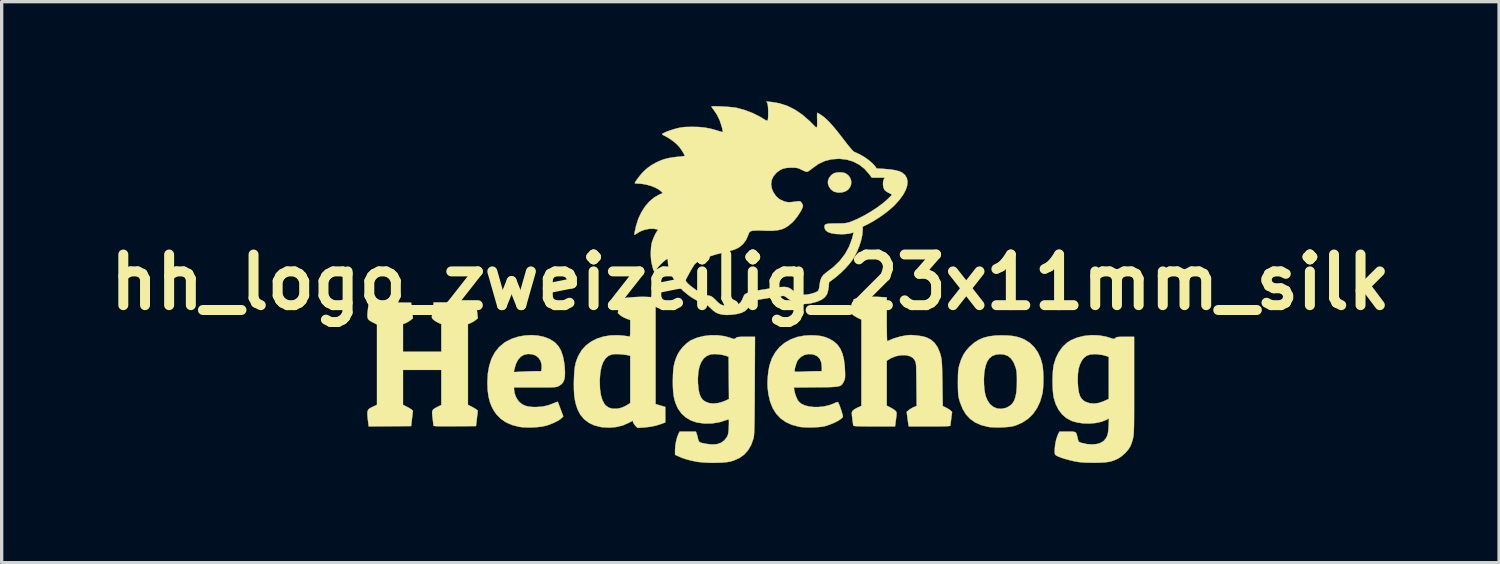
<source format=kicad_pcb>
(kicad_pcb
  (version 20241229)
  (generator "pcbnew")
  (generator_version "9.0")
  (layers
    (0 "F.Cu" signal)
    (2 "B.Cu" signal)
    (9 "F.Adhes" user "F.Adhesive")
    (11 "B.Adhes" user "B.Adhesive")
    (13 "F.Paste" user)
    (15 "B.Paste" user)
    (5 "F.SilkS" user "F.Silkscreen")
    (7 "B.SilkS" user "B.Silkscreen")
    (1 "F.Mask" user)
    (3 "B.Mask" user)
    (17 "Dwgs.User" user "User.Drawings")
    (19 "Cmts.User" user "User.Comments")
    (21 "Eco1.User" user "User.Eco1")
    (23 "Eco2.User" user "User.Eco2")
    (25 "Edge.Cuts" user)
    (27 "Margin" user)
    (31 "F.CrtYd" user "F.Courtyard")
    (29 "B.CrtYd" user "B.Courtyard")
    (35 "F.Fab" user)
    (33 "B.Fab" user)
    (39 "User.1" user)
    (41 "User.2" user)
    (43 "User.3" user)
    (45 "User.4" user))
  (footprint "hh_logo_zweizeilig_23x11mm_silk"
    (layer "F.Cu")
    (at 19.529 5.443)
    (property "Reference" "hh_logo_zweizeilig_23x11mm_silk" (at 0 0 0) (layer "F.SilkS") (effects (font (size 1.524 1.524) (thickness 0.3))))
    (attr through_hole)
    (fp_poly (pts (xy 2.765 -3.304) (xy 2.845 -3.285) (xy 2.866 -3.276) (xy 2.951 -3.213) (xy 3.007 -3.132) (xy 3.034 -3.042) (xy 3.031 -2.948) (xy 2.998 -2.86) (xy 2.937 -2.784) (xy 2.864 -2.736) (xy 2.757 -2.703) (xy 2.642 -2.698) (xy 2.534 -2.721) (xy 2.491 -2.741) (xy 2.415 -2.803) (xy 2.361 -2.886) (xy 2.334 -2.979) (xy 2.335 -3.048) (xy 2.369 -3.141) (xy 2.434 -3.223) (xy 2.508 -3.277) (xy 2.58 -3.299) (xy 2.671 -3.308) (xy 2.765 -3.304)) (stroke (width 0.01) (type solid)) (fill yes) (layer "F.SilkS"))
    (fp_poly (pts (xy 7.739 1.602) (xy 7.897 1.617) (xy 8.035 1.645) (xy 8.161 1.686) (xy 8.255 1.728) (xy 8.409 1.825) (xy 8.542 1.954) (xy 8.651 2.11) (xy 8.734 2.292) (xy 8.785 2.472) (xy 8.802 2.586) (xy 8.813 2.726) (xy 8.818 2.88) (xy 8.816 3.036) (xy 8.808 3.184) (xy 8.795 3.31) (xy 8.785 3.363) (xy 8.719 3.589) (xy 8.625 3.789) (xy 8.505 3.962) (xy 8.358 4.106) (xy 8.186 4.221) (xy 7.99 4.307) (xy 7.921 4.327) (xy 7.832 4.345) (xy 7.714 4.358) (xy 7.581 4.366) (xy 7.442 4.369) (xy 7.311 4.366) (xy 7.197 4.358) (xy 7.141 4.349) (xy 6.936 4.295) (xy 6.76 4.216) (xy 6.612 4.11) (xy 6.488 3.977) (xy 6.389 3.813) (xy 6.31 3.618) (xy 6.287 3.54) (xy 6.272 3.48) (xy 6.261 3.42) (xy 6.253 3.352) (xy 6.249 3.27) (xy 6.246 3.164) (xy 6.245 3.028) (xy 6.245 3.019) (xy 6.246 2.915) (xy 7.027 2.915) (xy 7.03 3.076) (xy 7.043 3.232) (xy 7.066 3.368) (xy 7.081 3.429) (xy 7.139 3.566) (xy 7.218 3.674) (xy 7.314 3.752) (xy 7.425 3.798) (xy 7.546 3.81) (xy 7.674 3.785) (xy 7.731 3.762) (xy 7.819 3.71) (xy 7.889 3.642) (xy 7.942 3.554) (xy 7.98 3.441) (xy 8.005 3.301) (xy 8.018 3.13) (xy 8.02 2.999) (xy 8.02 2.874) (xy 8.017 2.779) (xy 8.012 2.705) (xy 8.002 2.644) (xy 7.989 2.587) (xy 7.977 2.549) (xy 7.918 2.404) (xy 7.843 2.294) (xy 7.749 2.218) (xy 7.637 2.175) (xy 7.514 2.163) (xy 7.384 2.177) (xy 7.277 2.219) (xy 7.191 2.289) (xy 7.124 2.389) (xy 7.075 2.522) (xy 7.043 2.689) (xy 7.035 2.759) (xy 7.027 2.915) (xy 6.246 2.915) (xy 6.246 2.882) (xy 6.248 2.776) (xy 6.252 2.694) (xy 6.259 2.627) (xy 6.269 2.567) (xy 6.284 2.508) (xy 6.287 2.494) (xy 6.344 2.321) (xy 6.413 2.175) (xy 6.5 2.048) (xy 6.594 1.943) (xy 6.726 1.826) (xy 6.865 1.736) (xy 7.016 1.67) (xy 7.186 1.627) (xy 7.38 1.603) (xy 7.552 1.598) (xy 7.739 1.602)) (stroke (width 0.01) (type solid)) (fill yes) (layer "F.SilkS"))
    (fp_poly (pts (xy -10.846 0.61) (xy -10.209 0.615) (xy -10.181 0.849) (xy -10.154 1.082) (xy -10.219 1.136) (xy -10.281 1.18) (xy -10.353 1.219) (xy -10.369 1.226) (xy -10.453 1.26) (xy -10.453 2.091) (xy -9.3 2.091) (xy -9.3 1.26) (xy -9.394 1.217) (xy -9.478 1.171) (xy -9.542 1.123) (xy -9.58 1.077) (xy -9.586 1.04) (xy -9.58 1.007) (xy -9.571 0.945) (xy -9.561 0.865) (xy -9.554 0.806) (xy -9.53 0.606) (xy -8.899 0.606) (xy -8.725 0.606) (xy -8.585 0.606) (xy -8.477 0.607) (xy -8.396 0.609) (xy -8.338 0.612) (xy -8.3 0.617) (xy -8.276 0.622) (xy -8.264 0.63) (xy -8.258 0.639) (xy -8.258 0.64) (xy -8.252 0.673) (xy -8.243 0.735) (xy -8.232 0.816) (xy -8.225 0.878) (xy -8.201 1.083) (xy -8.266 1.137) (xy -8.327 1.18) (xy -8.399 1.218) (xy -8.415 1.226) (xy -8.499 1.26) (xy -8.499 2.474) (xy -8.499 3.688) (xy -8.397 3.739) (xy -8.331 3.774) (xy -8.274 3.809) (xy -8.248 3.826) (xy -8.202 3.862) (xy -8.229 4.095) (xy -8.256 4.328) (xy -8.895 4.333) (xy -9.077 4.334) (xy -9.223 4.334) (xy -9.337 4.333) (xy -9.422 4.331) (xy -9.48 4.328) (xy -9.516 4.323) (xy -9.533 4.317) (xy -9.536 4.313) (xy -9.538 4.285) (xy -9.545 4.226) (xy -9.554 4.148) (xy -9.562 4.084) (xy -9.574 3.982) (xy -9.577 3.911) (xy -9.566 3.861) (xy -9.539 3.824) (xy -9.491 3.79) (xy -9.418 3.752) (xy -9.413 3.749) (xy -9.3 3.692) (xy -9.3 2.638) (xy -10.453 2.638) (xy -10.453 3.688) (xy -10.351 3.739) (xy -10.285 3.774) (xy -10.227 3.809) (xy -10.201 3.827) (xy -10.154 3.864) (xy -10.181 4.096) (xy -10.209 4.328) (xy -10.846 4.333) (xy -11.484 4.338) (xy -11.496 4.245) (xy -11.513 4.109) (xy -11.523 4.006) (xy -11.525 3.929) (xy -11.516 3.873) (xy -11.495 3.833) (xy -11.461 3.8) (xy -11.411 3.771) (xy -11.352 3.742) (xy -11.235 3.686) (xy -11.235 1.271) (xy -11.337 1.219) (xy -11.413 1.18) (xy -11.467 1.145) (xy -11.502 1.106) (xy -11.52 1.058) (xy -11.524 0.992) (xy -11.518 0.901) (xy -11.505 0.79) (xy -11.482 0.605) (xy -10.846 0.61)) (stroke (width 0.01) (type solid)) (fill yes) (layer "F.SilkS"))
    (fp_poly (pts (xy -6.394 1.605) (xy -6.212 1.644) (xy -6.047 1.706) (xy -5.905 1.793) (xy -5.862 1.829) (xy -5.769 1.934) (xy -5.696 2.067) (xy -5.64 2.229) (xy -5.602 2.422) (xy -5.588 2.55) (xy -5.579 2.709) (xy -5.583 2.837) (xy -5.602 2.936) (xy -5.637 3.013) (xy -5.69 3.073) (xy -5.763 3.121) (xy -5.764 3.121) (xy -5.789 3.133) (xy -5.814 3.143) (xy -5.844 3.151) (xy -5.883 3.156) (xy -5.936 3.16) (xy -6.007 3.163) (xy -6.1 3.164) (xy -6.222 3.165) (xy -6.375 3.165) (xy -6.481 3.165) (xy -7.112 3.165) (xy -7.112 3.218) (xy -7.095 3.339) (xy -7.05 3.461) (xy -6.983 3.568) (xy -6.957 3.597) (xy -6.878 3.664) (xy -6.788 3.711) (xy -6.679 3.74) (xy -6.544 3.754) (xy -6.448 3.755) (xy -6.257 3.742) (xy -6.082 3.703) (xy -5.915 3.64) (xy -5.856 3.615) (xy -5.813 3.6) (xy -5.796 3.597) (xy -5.787 3.617) (xy -5.768 3.667) (xy -5.741 3.738) (xy -5.71 3.82) (xy -5.63 4.035) (xy -5.683 4.09) (xy -5.74 4.136) (xy -5.827 4.187) (xy -5.934 4.238) (xy -6.051 4.285) (xy -6.155 4.318) (xy -6.267 4.342) (xy -6.405 4.359) (xy -6.556 4.369) (xy -6.709 4.37) (xy -6.849 4.364) (xy -6.965 4.349) (xy -7.175 4.293) (xy -7.354 4.215) (xy -7.507 4.111) (xy -7.635 3.981) (xy -7.688 3.911) (xy -7.772 3.768) (xy -7.835 3.614) (xy -7.878 3.444) (xy -7.904 3.251) (xy -7.913 3.028) (xy -7.913 3.009) (xy -7.899 2.745) (xy -7.891 2.703) (xy -7.118 2.703) (xy -6.866 2.69) (xy -6.752 2.685) (xy -6.633 2.68) (xy -6.526 2.678) (xy -6.454 2.677) (xy -6.294 2.677) (xy -6.281 2.592) (xy -6.281 2.476) (xy -6.312 2.369) (xy -6.371 2.277) (xy -6.453 2.208) (xy -6.553 2.169) (xy -6.688 2.157) (xy -6.806 2.18) (xy -6.907 2.238) (xy -6.99 2.33) (xy -7.055 2.456) (xy -7.101 2.616) (xy -7.105 2.636) (xy -7.118 2.703) (xy -7.891 2.703) (xy -7.856 2.507) (xy -7.787 2.296) (xy -7.689 2.112) (xy -7.564 1.955) (xy -7.412 1.826) (xy -7.343 1.782) (xy -7.168 1.697) (xy -6.98 1.637) (xy -6.784 1.602) (xy -6.586 1.591) (xy -6.394 1.605)) (stroke (width 0.01) (type solid)) (fill yes) (layer "F.SilkS"))
    (fp_poly (pts (xy -3.121 0.441) (xy -3.102 0.442) (xy -2.853 0.455) (xy -2.853 3.665) (xy -2.706 3.709) (xy -2.56 3.752) (xy -2.56 4.218) (xy -2.671 4.259) (xy -2.85 4.316) (xy -3.037 4.352) (xy -3.208 4.37) (xy -3.398 4.382) (xy -3.458 4.319) (xy -3.498 4.269) (xy -3.525 4.221) (xy -3.529 4.21) (xy -3.54 4.164) (xy -3.662 4.231) (xy -3.839 4.308) (xy -4.035 4.356) (xy -4.244 4.375) (xy -4.457 4.363) (xy -4.507 4.355) (xy -4.697 4.306) (xy -4.862 4.228) (xy -5.001 4.122) (xy -5.114 3.988) (xy -5.198 3.827) (xy -5.207 3.804) (xy -5.249 3.675) (xy -5.279 3.544) (xy -5.299 3.402) (xy -5.309 3.241) (xy -5.311 3.054) (xy -5.31 3.009) (xy -4.533 3.009) (xy -4.524 3.219) (xy -4.497 3.398) (xy -4.453 3.546) (xy -4.392 3.66) (xy -4.349 3.711) (xy -4.257 3.774) (xy -4.144 3.806) (xy -4.015 3.806) (xy -3.897 3.781) (xy -3.821 3.753) (xy -3.74 3.713) (xy -3.707 3.694) (xy -3.615 3.635) (xy -3.615 2.212) (xy -3.659 2.201) (xy -3.749 2.184) (xy -3.855 2.171) (xy -3.964 2.163) (xy -4.065 2.162) (xy -4.144 2.168) (xy -4.162 2.171) (xy -4.268 2.213) (xy -4.357 2.289) (xy -4.428 2.4) (xy -4.481 2.544) (xy -4.516 2.72) (xy -4.532 2.929) (xy -4.533 3.009) (xy -5.31 3.009) (xy -5.309 2.95) (xy -5.303 2.784) (xy -5.294 2.649) (xy -5.279 2.537) (xy -5.259 2.438) (xy -5.23 2.346) (xy -5.192 2.251) (xy -5.164 2.192) (xy -5.069 2.034) (xy -4.943 1.898) (xy -4.79 1.785) (xy -4.614 1.696) (xy -4.419 1.634) (xy -4.207 1.599) (xy -3.982 1.594) (xy -3.864 1.603) (xy -3.778 1.613) (xy -3.706 1.623) (xy -3.657 1.631) (xy -3.643 1.635) (xy -3.631 1.633) (xy -3.623 1.616) (xy -3.618 1.576) (xy -3.615 1.509) (xy -3.615 1.409) (xy -3.615 1.392) (xy -3.615 1.138) (xy -3.731 1.094) (xy -3.807 1.06) (xy -3.88 1.018) (xy -3.917 0.99) (xy -3.987 0.928) (xy -3.958 0.726) (xy -3.946 0.641) (xy -3.934 0.572) (xy -3.924 0.527) (xy -3.92 0.514) (xy -3.885 0.498) (xy -3.818 0.482) (xy -3.725 0.468) (xy -3.614 0.456) (xy -3.491 0.447) (xy -3.363 0.441) (xy -3.238 0.438) (xy -3.121 0.441)) (stroke (width 0.01) (type solid)) (fill yes) (layer "F.SilkS"))
    (fp_poly (pts (xy 1.979 1.601) (xy 2.124 1.619) (xy 2.253 1.652) (xy 2.377 1.702) (xy 2.377 1.702) (xy 2.51 1.78) (xy 2.619 1.878) (xy 2.705 1.998) (xy 2.769 2.144) (xy 2.814 2.319) (xy 2.84 2.525) (xy 2.846 2.638) (xy 2.85 2.745) (xy 2.85 2.823) (xy 2.847 2.877) (xy 2.84 2.918) (xy 2.827 2.954) (xy 2.81 2.989) (xy 2.788 3.031) (xy 2.765 3.065) (xy 2.74 3.093) (xy 2.706 3.114) (xy 2.66 3.13) (xy 2.599 3.141) (xy 2.518 3.149) (xy 2.412 3.155) (xy 2.279 3.158) (xy 2.114 3.16) (xy 1.968 3.161) (xy 1.309 3.167) (xy 1.321 3.249) (xy 1.342 3.342) (xy 1.375 3.439) (xy 1.413 3.526) (xy 1.449 3.584) (xy 1.525 3.652) (xy 1.63 3.703) (xy 1.758 3.737) (xy 1.902 3.754) (xy 2.055 3.754) (xy 2.212 3.737) (xy 2.366 3.702) (xy 2.509 3.649) (xy 2.547 3.631) (xy 2.596 3.611) (xy 2.63 3.605) (xy 2.637 3.608) (xy 2.654 3.639) (xy 2.678 3.696) (xy 2.706 3.77) (xy 2.733 3.85) (xy 2.757 3.927) (xy 2.776 3.993) (xy 2.784 4.036) (xy 2.784 4.048) (xy 2.751 4.09) (xy 2.687 4.139) (xy 2.599 4.191) (xy 2.492 4.242) (xy 2.373 4.289) (xy 2.249 4.329) (xy 2.247 4.33) (xy 2.159 4.347) (xy 2.044 4.359) (xy 1.912 4.367) (xy 1.774 4.369) (xy 1.642 4.366) (xy 1.525 4.357) (xy 1.463 4.347) (xy 1.251 4.291) (xy 1.066 4.207) (xy 0.908 4.095) (xy 0.777 3.955) (xy 0.672 3.787) (xy 0.594 3.589) (xy 0.542 3.363) (xy 0.519 3.165) (xy 0.515 3.023) (xy 0.523 2.861) (xy 0.54 2.696) (xy 0.546 2.665) (xy 1.329 2.665) (xy 1.331 2.68) (xy 1.341 2.69) (xy 1.367 2.695) (xy 1.413 2.696) (xy 1.487 2.694) (xy 1.578 2.69) (xy 1.692 2.685) (xy 1.81 2.68) (xy 1.917 2.678) (xy 1.988 2.677) (xy 2.149 2.677) (xy 2.149 2.545) (xy 2.134 2.414) (xy 2.091 2.309) (xy 2.02 2.231) (xy 1.921 2.181) (xy 1.867 2.167) (xy 1.743 2.161) (xy 1.625 2.188) (xy 1.522 2.245) (xy 1.44 2.327) (xy 1.412 2.372) (xy 1.387 2.433) (xy 1.361 2.51) (xy 1.341 2.588) (xy 1.33 2.651) (xy 1.329 2.665) (xy 0.546 2.665) (xy 0.566 2.546) (xy 0.578 2.494) (xy 0.649 2.288) (xy 0.751 2.107) (xy 0.88 1.95) (xy 1.036 1.82) (xy 1.215 1.718) (xy 1.416 1.646) (xy 1.636 1.605) (xy 1.807 1.596) (xy 1.979 1.601)) (stroke (width 0.01) (type solid)) (fill yes) (layer "F.SilkS"))
    (fp_poly (pts (xy 3.883 0.442) (xy 4.103 0.455) (xy 4.103 1.118) (xy 4.103 1.274) (xy 4.105 1.417) (xy 4.107 1.542) (xy 4.109 1.644) (xy 4.112 1.719) (xy 4.115 1.764) (xy 4.118 1.774) (xy 4.311 1.692) (xy 4.522 1.63) (xy 4.728 1.593) (xy 4.828 1.589) (xy 4.95 1.596) (xy 5.078 1.611) (xy 5.198 1.632) (xy 5.295 1.659) (xy 5.302 1.662) (xy 5.434 1.729) (xy 5.544 1.827) (xy 5.633 1.955) (xy 5.702 2.117) (xy 5.727 2.202) (xy 5.738 2.246) (xy 5.747 2.293) (xy 5.754 2.345) (xy 5.76 2.408) (xy 5.765 2.488) (xy 5.769 2.587) (xy 5.772 2.712) (xy 5.775 2.866) (xy 5.778 3.04) (xy 5.789 3.725) (xy 5.88 3.769) (xy 5.945 3.804) (xy 6.002 3.842) (xy 6.021 3.858) (xy 6.07 3.903) (xy 6.045 4.096) (xy 6.034 4.18) (xy 6.025 4.251) (xy 6.02 4.299) (xy 6.019 4.313) (xy 6.01 4.32) (xy 5.983 4.326) (xy 5.934 4.33) (xy 5.859 4.333) (xy 5.757 4.336) (xy 5.622 4.337) (xy 5.453 4.338) (xy 5.393 4.338) (xy 4.768 4.338) (xy 4.759 4.294) (xy 4.752 4.255) (xy 4.742 4.189) (xy 4.731 4.108) (xy 4.727 4.075) (xy 4.704 3.9) (xy 4.768 3.845) (xy 4.83 3.803) (xy 4.901 3.764) (xy 4.918 3.757) (xy 5.004 3.722) (xy 4.998 3.077) (xy 4.996 2.901) (xy 4.994 2.759) (xy 4.992 2.648) (xy 4.99 2.562) (xy 4.986 2.498) (xy 4.981 2.451) (xy 4.975 2.416) (xy 4.966 2.389) (xy 4.956 2.365) (xy 4.949 2.352) (xy 4.894 2.28) (xy 4.815 2.231) (xy 4.708 2.201) (xy 4.647 2.193) (xy 4.513 2.197) (xy 4.371 2.227) (xy 4.239 2.28) (xy 4.192 2.307) (xy 4.103 2.363) (xy 4.103 3.712) (xy 4.215 3.769) (xy 4.282 3.806) (xy 4.339 3.846) (xy 4.368 3.872) (xy 4.386 3.893) (xy 4.396 3.916) (xy 4.4 3.948) (xy 4.397 3.997) (xy 4.388 4.071) (xy 4.381 4.128) (xy 4.353 4.338) (xy 3.729 4.338) (xy 3.547 4.337) (xy 3.402 4.336) (xy 3.289 4.334) (xy 3.205 4.331) (xy 3.148 4.327) (xy 3.113 4.322) (xy 3.099 4.315) (xy 3.098 4.313) (xy 3.092 4.284) (xy 3.084 4.226) (xy 3.074 4.149) (xy 3.067 4.096) (xy 3.057 4.008) (xy 3.053 3.95) (xy 3.055 3.912) (xy 3.064 3.887) (xy 3.081 3.865) (xy 3.087 3.859) (xy 3.129 3.825) (xy 3.192 3.789) (xy 3.235 3.768) (xy 3.34 3.722) (xy 3.341 2.423) (xy 3.341 1.123) (xy 3.248 1.08) (xy 3.182 1.045) (xy 3.12 1.007) (xy 3.1 0.992) (xy 3.045 0.947) (xy 3.069 0.742) (xy 3.08 0.656) (xy 3.091 0.584) (xy 3.101 0.536) (xy 3.107 0.521) (xy 3.143 0.502) (xy 3.211 0.484) (xy 3.303 0.468) (xy 3.414 0.455) (xy 3.537 0.445) (xy 3.663 0.439) (xy 3.786 0.438) (xy 3.883 0.442)) (stroke (width 0.01) (type solid)) (fill yes) (layer "F.SilkS"))
    (fp_poly (pts (xy -0.983 1.596) (xy -0.778 1.623) (xy -0.61 1.67) (xy -0.542 1.695) (xy -0.5 1.706) (xy -0.474 1.705) (xy -0.453 1.692) (xy -0.439 1.68) (xy -0.419 1.664) (xy -0.392 1.653) (xy -0.352 1.647) (xy -0.291 1.643) (xy -0.203 1.641) (xy -0.13 1.641) (xy 0.139 1.641) (xy 0.132 3.111) (xy 0.13 3.39) (xy 0.129 3.633) (xy 0.127 3.842) (xy 0.126 4.02) (xy 0.124 4.171) (xy 0.122 4.296) (xy 0.119 4.399) (xy 0.116 4.482) (xy 0.113 4.548) (xy 0.109 4.601) (xy 0.104 4.642) (xy 0.099 4.674) (xy 0.093 4.701) (xy 0.092 4.704) (xy 0.024 4.894) (xy -0.068 5.054) (xy -0.187 5.186) (xy -0.333 5.29) (xy -0.507 5.366) (xy -0.598 5.393) (xy -0.696 5.411) (xy -0.824 5.424) (xy -0.972 5.431) (xy -1.131 5.433) (xy -1.291 5.429) (xy -1.442 5.42) (xy -1.577 5.406) (xy -1.651 5.393) (xy -1.808 5.359) (xy -1.938 5.324) (xy -2.053 5.285) (xy -2.15 5.244) (xy -2.266 5.192) (xy -2.266 5.043) (xy -2.259 4.927) (xy -2.238 4.8) (xy -2.207 4.677) (xy -2.169 4.574) (xy -2.158 4.55) (xy -2.129 4.494) (xy -1.64 4.494) (xy -1.619 4.548) (xy -1.603 4.599) (xy -1.585 4.667) (xy -1.577 4.704) (xy -1.564 4.754) (xy -1.547 4.79) (xy -1.518 4.815) (xy -1.469 4.834) (xy -1.395 4.85) (xy -1.32 4.864) (xy -1.151 4.882) (xy -1.006 4.872) (xy -0.886 4.832) (xy -0.787 4.761) (xy -0.708 4.661) (xy -0.692 4.631) (xy -0.674 4.583) (xy -0.661 4.518) (xy -0.652 4.427) (xy -0.648 4.339) (xy -0.645 4.244) (xy -0.645 4.181) (xy -0.648 4.145) (xy -0.655 4.129) (xy -0.667 4.128) (xy -0.677 4.131) (xy -0.913 4.208) (xy -1.151 4.248) (xy -1.386 4.251) (xy -1.615 4.218) (xy -1.622 4.216) (xy -1.792 4.157) (xy -1.943 4.068) (xy -2.072 3.951) (xy -2.172 3.811) (xy -2.197 3.764) (xy -2.245 3.653) (xy -2.28 3.545) (xy -2.306 3.43) (xy -2.322 3.3) (xy -2.331 3.149) (xy -2.333 2.967) (xy -2.333 2.96) (xy -2.331 2.9) (xy -1.58 2.9) (xy -1.577 3.044) (xy -1.561 3.215) (xy -1.533 3.351) (xy -1.491 3.456) (xy -1.435 3.534) (xy -1.363 3.588) (xy -1.361 3.589) (xy -1.242 3.635) (xy -1.116 3.65) (xy -0.974 3.636) (xy -0.953 3.632) (xy -0.873 3.61) (xy -0.785 3.578) (xy -0.747 3.562) (xy -0.644 3.514) (xy -0.655 2.241) (xy -0.733 2.214) (xy -0.838 2.186) (xy -0.958 2.168) (xy -1.075 2.161) (xy -1.176 2.168) (xy -1.196 2.171) (xy -1.308 2.215) (xy -1.403 2.291) (xy -1.478 2.399) (xy -1.533 2.538) (xy -1.567 2.705) (xy -1.58 2.9) (xy -2.331 2.9) (xy -2.329 2.784) (xy -2.32 2.638) (xy -2.303 2.512) (xy -2.276 2.399) (xy -2.239 2.289) (xy -2.189 2.173) (xy -2.188 2.172) (xy -2.122 2.061) (xy -2.031 1.947) (xy -1.925 1.844) (xy -1.817 1.763) (xy -1.782 1.743) (xy -1.605 1.669) (xy -1.406 1.619) (xy -1.196 1.594) (xy -0.983 1.596)) (stroke (width 0.01) (type solid)) (fill yes) (layer "F.SilkS"))
    (fp_poly (pts (xy 10.479 1.598) (xy 10.693 1.635) (xy 10.806 1.668) (xy 10.877 1.692) (xy 10.921 1.704) (xy 10.948 1.704) (xy 10.968 1.693) (xy 10.982 1.679) (xy 11.001 1.663) (xy 11.028 1.653) (xy 11.068 1.646) (xy 11.13 1.643) (xy 11.219 1.641) (xy 11.283 1.641) (xy 11.547 1.641) (xy 11.547 3.103) (xy 11.547 3.379) (xy 11.547 3.617) (xy 11.547 3.823) (xy 11.546 3.998) (xy 11.545 4.146) (xy 11.544 4.269) (xy 11.542 4.37) (xy 11.539 4.452) (xy 11.536 4.519) (xy 11.533 4.572) (xy 11.528 4.615) (xy 11.523 4.65) (xy 11.517 4.681) (xy 11.51 4.711) (xy 11.509 4.714) (xy 11.485 4.799) (xy 11.456 4.882) (xy 11.429 4.944) (xy 11.429 4.946) (xy 11.364 5.045) (xy 11.273 5.146) (xy 11.17 5.236) (xy 11.065 5.305) (xy 11.052 5.311) (xy 10.963 5.352) (xy 10.877 5.382) (xy 10.786 5.404) (xy 10.683 5.418) (xy 10.559 5.427) (xy 10.408 5.43) (xy 10.316 5.43) (xy 10.173 5.429) (xy 10.059 5.426) (xy 9.964 5.419) (xy 9.878 5.409) (xy 9.791 5.395) (xy 9.731 5.383) (xy 9.596 5.351) (xy 9.467 5.316) (xy 9.353 5.279) (xy 9.261 5.243) (xy 9.199 5.21) (xy 9.193 5.205) (xy 9.173 5.185) (xy 9.161 5.155) (xy 9.157 5.106) (xy 9.158 5.029) (xy 9.172 4.881) (xy 9.202 4.735) (xy 9.245 4.608) (xy 9.263 4.568) (xy 9.301 4.494) (xy 9.542 4.494) (xy 9.647 4.494) (xy 9.72 4.497) (xy 9.768 4.509) (xy 9.799 4.532) (xy 9.819 4.574) (xy 9.835 4.637) (xy 9.848 4.695) (xy 9.864 4.758) (xy 9.88 4.794) (xy 9.909 4.815) (xy 9.959 4.832) (xy 9.971 4.836) (xy 10.124 4.87) (xy 10.272 4.881) (xy 10.408 4.87) (xy 10.526 4.838) (xy 10.619 4.785) (xy 10.643 4.763) (xy 10.695 4.701) (xy 10.733 4.632) (xy 10.758 4.549) (xy 10.773 4.444) (xy 10.781 4.321) (xy 10.79 4.1) (xy 10.71 4.141) (xy 10.563 4.198) (xy 10.392 4.235) (xy 10.207 4.251) (xy 10.019 4.247) (xy 9.838 4.221) (xy 9.673 4.174) (xy 9.657 4.167) (xy 9.509 4.087) (xy 9.38 3.975) (xy 9.272 3.833) (xy 9.187 3.664) (xy 9.131 3.483) (xy 9.113 3.379) (xy 9.101 3.246) (xy 9.094 3.096) (xy 9.093 2.937) (xy 9.093 2.927) (xy 9.85 2.927) (xy 9.852 3.016) (xy 9.863 3.182) (xy 9.884 3.314) (xy 9.916 3.418) (xy 9.962 3.498) (xy 10.022 3.559) (xy 10.082 3.596) (xy 10.205 3.639) (xy 10.346 3.65) (xy 10.473 3.634) (xy 10.54 3.614) (xy 10.621 3.584) (xy 10.673 3.562) (xy 10.785 3.51) (xy 10.785 2.246) (xy 10.734 2.226) (xy 10.591 2.187) (xy 10.426 2.165) (xy 10.364 2.163) (xy 10.23 2.173) (xy 10.122 2.21) (xy 10.035 2.277) (xy 9.97 2.363) (xy 9.915 2.476) (xy 9.877 2.603) (xy 9.856 2.751) (xy 9.85 2.927) (xy 9.093 2.927) (xy 9.097 2.782) (xy 9.107 2.64) (xy 9.122 2.521) (xy 9.131 2.476) (xy 9.193 2.279) (xy 9.281 2.103) (xy 9.391 1.95) (xy 9.521 1.825) (xy 9.643 1.746) (xy 9.832 1.666) (xy 10.04 1.615) (xy 10.259 1.592) (xy 10.479 1.598)) (stroke (width 0.01) (type solid)) (fill yes) (layer "F.SilkS"))
    (fp_poly (pts (xy 0.618 -5.426) (xy 0.867 -5.386) (xy 1.107 -5.309) (xy 1.338 -5.195) (xy 1.562 -5.043) (xy 1.78 -4.853) (xy 1.851 -4.782) (xy 1.915 -4.717) (xy 1.956 -4.677) (xy 1.981 -4.659) (xy 1.995 -4.659) (xy 2.003 -4.675) (xy 2.005 -4.682) (xy 2.01 -4.722) (xy 2.011 -4.79) (xy 2.01 -4.873) (xy 2.009 -4.915) (xy 2.007 -4.994) (xy 2.008 -5.057) (xy 2.011 -5.093) (xy 2.014 -5.1) (xy 2.036 -5.089) (xy 2.081 -5.063) (xy 2.139 -5.025) (xy 2.146 -5.021) (xy 2.225 -4.962) (xy 2.309 -4.886) (xy 2.403 -4.79) (xy 2.508 -4.671) (xy 2.627 -4.526) (xy 2.763 -4.352) (xy 2.806 -4.296) (xy 2.9 -4.174) (xy 2.981 -4.074) (xy 3.047 -3.996) (xy 3.096 -3.945) (xy 3.124 -3.923) (xy 3.282 -3.852) (xy 3.432 -3.766) (xy 3.567 -3.671) (xy 3.679 -3.573) (xy 3.751 -3.491) (xy 3.799 -3.424) (xy 4.015 -3.411) (xy 4.197 -3.396) (xy 4.35 -3.372) (xy 4.473 -3.341) (xy 4.56 -3.303) (xy 4.564 -3.301) (xy 4.653 -3.226) (xy 4.708 -3.135) (xy 4.729 -3.029) (xy 4.718 -2.909) (xy 4.675 -2.778) (xy 4.601 -2.639) (xy 4.495 -2.492) (xy 4.359 -2.339) (xy 4.289 -2.27) (xy 4.161 -2.159) (xy 4.009 -2.042) (xy 3.845 -1.929) (xy 3.68 -1.827) (xy 3.532 -1.746) (xy 3.38 -1.672) (xy 3.38 -1.578) (xy 3.368 -1.431) (xy 3.333 -1.266) (xy 3.278 -1.093) (xy 3.209 -0.921) (xy 3.127 -0.761) (xy 3.079 -0.685) (xy 2.986 -0.561) (xy 2.869 -0.428) (xy 2.736 -0.296) (xy 2.599 -0.175) (xy 2.518 -0.112) (xy 2.369 -0.002) (xy 2.356 0.141) (xy 2.343 0.226) (xy 2.324 0.307) (xy 2.304 0.364) (xy 2.24 0.452) (xy 2.141 0.526) (xy 2.006 0.585) (xy 1.835 0.63) (xy 1.748 0.645) (xy 1.579 0.658) (xy 1.428 0.641) (xy 1.29 0.592) (xy 1.156 0.509) (xy 1.129 0.489) (xy 1.074 0.448) (xy 1.029 0.42) (xy 1.005 0.41) (xy 0.965 0.414) (xy 0.894 0.422) (xy 0.799 0.436) (xy 0.688 0.452) (xy 0.568 0.471) (xy 0.446 0.491) (xy 0.329 0.51) (xy 0.226 0.528) (xy 0.142 0.544) (xy 0.086 0.556) (xy 0.074 0.559) (xy 0.047 0.582) (xy 0.015 0.628) (xy -0.001 0.661) (xy -0.067 0.775) (xy -0.154 0.86) (xy -0.266 0.919) (xy -0.401 0.955) (xy -0.569 0.978) (xy -0.713 0.984) (xy -0.821 0.976) (xy -0.937 0.953) (xy -1.035 0.912) (xy -1.126 0.847) (xy -1.196 0.781) (xy -1.252 0.727) (xy -1.302 0.686) (xy -1.338 0.666) (xy -1.344 0.664) (xy -1.386 0.654) (xy -1.453 0.627) (xy -1.537 0.587) (xy -1.629 0.538) (xy -1.722 0.484) (xy -1.807 0.429) (xy -1.834 0.411) (xy -2.026 0.255) (xy -2.185 0.082) (xy -2.28 -0.056) (xy -1.955 -0.056) (xy -1.916 -0.001) (xy -1.872 0.047) (xy -1.804 0.107) (xy -1.719 0.172) (xy -1.628 0.237) (xy -1.539 0.294) (xy -1.475 0.329) (xy -1.396 0.363) (xy -1.313 0.39) (xy -1.26 0.401) (xy -1.211 0.411) (xy -1.17 0.427) (xy -1.127 0.457) (xy -1.074 0.506) (xy -1.031 0.549) (xy -0.966 0.613) (xy -0.915 0.654) (xy -0.868 0.68) (xy -0.811 0.696) (xy -0.734 0.709) (xy -0.723 0.71) (xy -0.67 0.711) (xy -0.594 0.704) (xy -0.509 0.692) (xy -0.429 0.677) (xy -0.368 0.661) (xy -0.349 0.653) (xy -0.291 0.602) (xy -0.251 0.531) (xy -0.224 0.468) (xy -0.2 0.414) (xy -0.191 0.397) (xy -0.171 0.369) (xy -0.135 0.343) (xy -0.081 0.319) (xy -0.005 0.296) (xy 0.095 0.272) (xy 0.225 0.247) (xy 0.386 0.22) (xy 0.582 0.189) (xy 0.6 0.187) (xy 0.755 0.164) (xy 0.878 0.149) (xy 0.974 0.141) (xy 1.05 0.142) (xy 1.112 0.152) (xy 1.166 0.171) (xy 1.217 0.201) (xy 1.273 0.242) (xy 1.299 0.263) (xy 1.376 0.321) (xy 1.441 0.356) (xy 1.506 0.373) (xy 1.587 0.379) (xy 1.602 0.379) (xy 1.69 0.372) (xy 1.787 0.356) (xy 1.881 0.332) (xy 1.963 0.303) (xy 2.021 0.272) (xy 2.037 0.259) (xy 2.058 0.217) (xy 2.075 0.145) (xy 2.082 0.087) (xy 2.102 -0.04) (xy 2.139 -0.14) (xy 2.197 -0.22) (xy 2.281 -0.29) (xy 2.283 -0.292) (xy 2.508 -0.464) (xy 2.696 -0.65) (xy 2.85 -0.852) (xy 2.971 -1.072) (xy 3.06 -1.312) (xy 3.095 -1.449) (xy 3.106 -1.501) (xy 3.015 -1.473) (xy 2.954 -1.461) (xy 2.868 -1.451) (xy 2.774 -1.446) (xy 2.743 -1.446) (xy 2.569 -1.453) (xy 2.431 -1.476) (xy 2.329 -1.513) (xy 2.263 -1.565) (xy 2.233 -1.632) (xy 2.231 -1.644) (xy 2.23 -1.687) (xy 2.239 -1.719) (xy 2.263 -1.742) (xy 2.306 -1.756) (xy 2.374 -1.764) (xy 2.472 -1.768) (xy 2.587 -1.769) (xy 2.705 -1.771) (xy 2.794 -1.773) (xy 2.861 -1.779) (xy 2.916 -1.789) (xy 2.969 -1.803) (xy 3.019 -1.82) (xy 3.214 -1.901) (xy 3.42 -2.005) (xy 3.626 -2.125) (xy 3.823 -2.254) (xy 4 -2.387) (xy 4.11 -2.483) (xy 4.172 -2.541) (xy 4.221 -2.59) (xy 4.252 -2.624) (xy 4.259 -2.635) (xy 4.242 -2.649) (xy 4.2 -2.672) (xy 4.163 -2.689) (xy 4.101 -2.724) (xy 4.05 -2.764) (xy 4.034 -2.783) (xy 4.003 -2.856) (xy 3.99 -2.944) (xy 3.994 -3.031) (xy 4.011 -3.085) (xy 4.041 -3.146) (xy 3.848 -3.146) (xy 3.655 -3.146) (xy 3.578 -3.249) (xy 3.437 -3.411) (xy 3.275 -3.538) (xy 3.095 -3.632) (xy 2.896 -3.691) (xy 2.682 -3.715) (xy 2.653 -3.715) (xy 2.436 -3.699) (xy 2.235 -3.647) (xy 2.046 -3.558) (xy 1.87 -3.432) (xy 1.807 -3.382) (xy 1.75 -3.344) (xy 1.71 -3.323) (xy 1.701 -3.322) (xy 1.665 -3.33) (xy 1.607 -3.353) (xy 1.539 -3.385) (xy 1.539 -3.385) (xy 1.478 -3.415) (xy 1.426 -3.434) (xy 1.372 -3.444) (xy 1.302 -3.448) (xy 1.231 -3.449) (xy 1.098 -3.442) (xy 0.992 -3.421) (xy 0.9 -3.38) (xy 0.811 -3.316) (xy 0.785 -3.293) (xy 0.694 -3.188) (xy 0.64 -3.072) (xy 0.624 -2.948) (xy 0.646 -2.817) (xy 0.689 -2.714) (xy 0.771 -2.591) (xy 0.876 -2.499) (xy 1.006 -2.438) (xy 1.03 -2.43) (xy 1.081 -2.417) (xy 1.127 -2.41) (xy 1.179 -2.408) (xy 1.245 -2.413) (xy 1.334 -2.424) (xy 1.409 -2.434) (xy 1.466 -2.439) (xy 1.501 -2.432) (xy 1.53 -2.406) (xy 1.54 -2.393) (xy 1.569 -2.346) (xy 1.583 -2.304) (xy 1.583 -2.302) (xy 1.57 -2.248) (xy 1.536 -2.174) (xy 1.485 -2.086) (xy 1.423 -1.993) (xy 1.355 -1.903) (xy 1.285 -1.823) (xy 1.247 -1.786) (xy 1.146 -1.701) (xy 1.047 -1.638) (xy 0.941 -1.593) (xy 0.822 -1.565) (xy 0.683 -1.551) (xy 0.516 -1.55) (xy 0.431 -1.553) (xy 0.274 -1.558) (xy 0.155 -1.557) (xy 0.073 -1.551) (xy 0.047 -1.546) (xy 0.001 -1.53) (xy -0.028 -1.507) (xy -0.049 -1.466) (xy -0.065 -1.42) (xy -0.131 -1.27) (xy -0.225 -1.145) (xy -0.345 -1.047) (xy -0.474 -0.985) (xy -0.525 -0.969) (xy -0.604 -0.947) (xy -0.7 -0.922) (xy -0.801 -0.898) (xy -1.036 -0.837) (xy -1.239 -0.773) (xy -1.409 -0.708) (xy -1.543 -0.642) (xy -1.64 -0.576) (xy -1.667 -0.551) (xy -1.696 -0.513) (xy -1.737 -0.449) (xy -1.786 -0.368) (xy -1.835 -0.279) (xy -1.837 -0.277) (xy -1.955 -0.056) (xy -2.28 -0.056) (xy -2.295 -0.078) (xy -2.381 -0.239) (xy -2.442 -0.391) (xy -2.475 -0.529) (xy -2.481 -0.601) (xy -2.483 -0.658) (xy -2.488 -0.695) (xy -2.493 -0.703) (xy -2.525 -0.69) (xy -2.575 -0.654) (xy -2.635 -0.602) (xy -2.699 -0.541) (xy -2.758 -0.478) (xy -2.775 -0.457) (xy -2.823 -0.399) (xy -2.864 -0.356) (xy -2.889 -0.334) (xy -2.893 -0.332) (xy -2.904 -0.34) (xy -2.916 -0.366) (xy -2.932 -0.417) (xy -2.952 -0.496) (xy -2.972 -0.576) (xy -2.987 -0.674) (xy -2.995 -0.794) (xy -2.995 -0.923) (xy -2.988 -1.047) (xy -2.973 -1.154) (xy -2.962 -1.201) (xy -2.929 -1.295) (xy -2.889 -1.391) (xy -2.847 -1.475) (xy -2.808 -1.537) (xy -2.799 -1.548) (xy -2.78 -1.575) (xy -2.79 -1.588) (xy -2.796 -1.59) (xy -2.916 -1.611) (xy -3.05 -1.606) (xy -3.188 -1.578) (xy -3.315 -1.529) (xy -3.374 -1.495) (xy -3.429 -1.459) (xy -3.47 -1.435) (xy -3.487 -1.426) (xy -3.491 -1.442) (xy -3.484 -1.49) (xy -3.467 -1.573) (xy -3.44 -1.691) (xy -3.435 -1.71) (xy -3.37 -1.915) (xy -3.279 -2.107) (xy -3.168 -2.28) (xy -3.039 -2.429) (xy -2.896 -2.55) (xy -2.743 -2.637) (xy -2.73 -2.643) (xy -2.636 -2.683) (xy -2.681 -2.73) (xy -2.758 -2.792) (xy -2.865 -2.849) (xy -2.992 -2.899) (xy -3.13 -2.938) (xy -3.269 -2.962) (xy -3.385 -2.97) (xy -3.439 -2.972) (xy -3.473 -2.977) (xy -3.478 -2.981) (xy -3.466 -3.01) (xy -3.434 -3.061) (xy -3.388 -3.125) (xy -3.335 -3.194) (xy -3.279 -3.262) (xy -3.227 -3.318) (xy -3.222 -3.323) (xy -3.101 -3.434) (xy -2.975 -3.524) (xy -2.831 -3.605) (xy -2.789 -3.625) (xy -2.665 -3.678) (xy -2.542 -3.717) (xy -2.408 -3.746) (xy -2.251 -3.768) (xy -2.198 -3.774) (xy -2.111 -3.783) (xy -2.039 -3.791) (xy -1.992 -3.798) (xy -1.976 -3.802) (xy -1.98 -3.822) (xy -2.002 -3.865) (xy -2.036 -3.923) (xy -2.078 -3.988) (xy -2.121 -4.049) (xy -2.146 -4.081) (xy -2.221 -4.16) (xy -2.321 -4.244) (xy -2.433 -4.323) (xy -2.544 -4.388) (xy -2.555 -4.393) (xy -2.61 -4.422) (xy -2.647 -4.445) (xy -2.657 -4.456) (xy -2.64 -4.473) (xy -2.592 -4.498) (xy -2.522 -4.529) (xy -2.436 -4.561) (xy -2.342 -4.593) (xy -2.247 -4.621) (xy -2.232 -4.624) (xy -2.144 -4.646) (xy -2.065 -4.66) (xy -1.982 -4.67) (xy -1.884 -4.674) (xy -1.759 -4.676) (xy -1.758 -4.676) (xy -1.553 -4.672) (xy -1.371 -4.654) (xy -1.197 -4.621) (xy -1.016 -4.571) (xy -0.985 -4.561) (xy -0.915 -4.539) (xy -0.86 -4.524) (xy -0.83 -4.519) (xy -0.828 -4.519) (xy -0.829 -4.54) (xy -0.838 -4.589) (xy -0.854 -4.657) (xy -0.859 -4.677) (xy -0.92 -4.864) (xy -1.002 -5.036) (xy -1.095 -5.176) (xy -1.135 -5.229) (xy -1.163 -5.269) (xy -1.172 -5.287) (xy -1.154 -5.293) (xy -1.104 -5.296) (xy -1.029 -5.295) (xy -0.936 -5.292) (xy -0.832 -5.288) (xy -0.725 -5.281) (xy -0.621 -5.273) (xy -0.527 -5.264) (xy -0.451 -5.255) (xy -0.41 -5.247) (xy -0.167 -5.181) (xy 0.071 -5.09) (xy 0.292 -4.979) (xy 0.41 -4.906) (xy 0.471 -4.87) (xy 0.509 -4.862) (xy 0.517 -4.867) (xy 0.527 -4.896) (xy 0.534 -4.955) (xy 0.537 -5.034) (xy 0.538 -5.123) (xy 0.535 -5.213) (xy 0.529 -5.295) (xy 0.521 -5.358) (xy 0.511 -5.391) (xy 0.484 -5.438) (xy 0.618 -5.426)) (stroke (width 0.01) (type solid)) (fill yes) (layer "F.SilkS")))
  (gr_rect
    (start -3 -3)
    (end 42.058 13.88)
    (stroke (width 0.1) (type default))
    (fill no)
    (layer "Edge.Cuts")))
</source>
